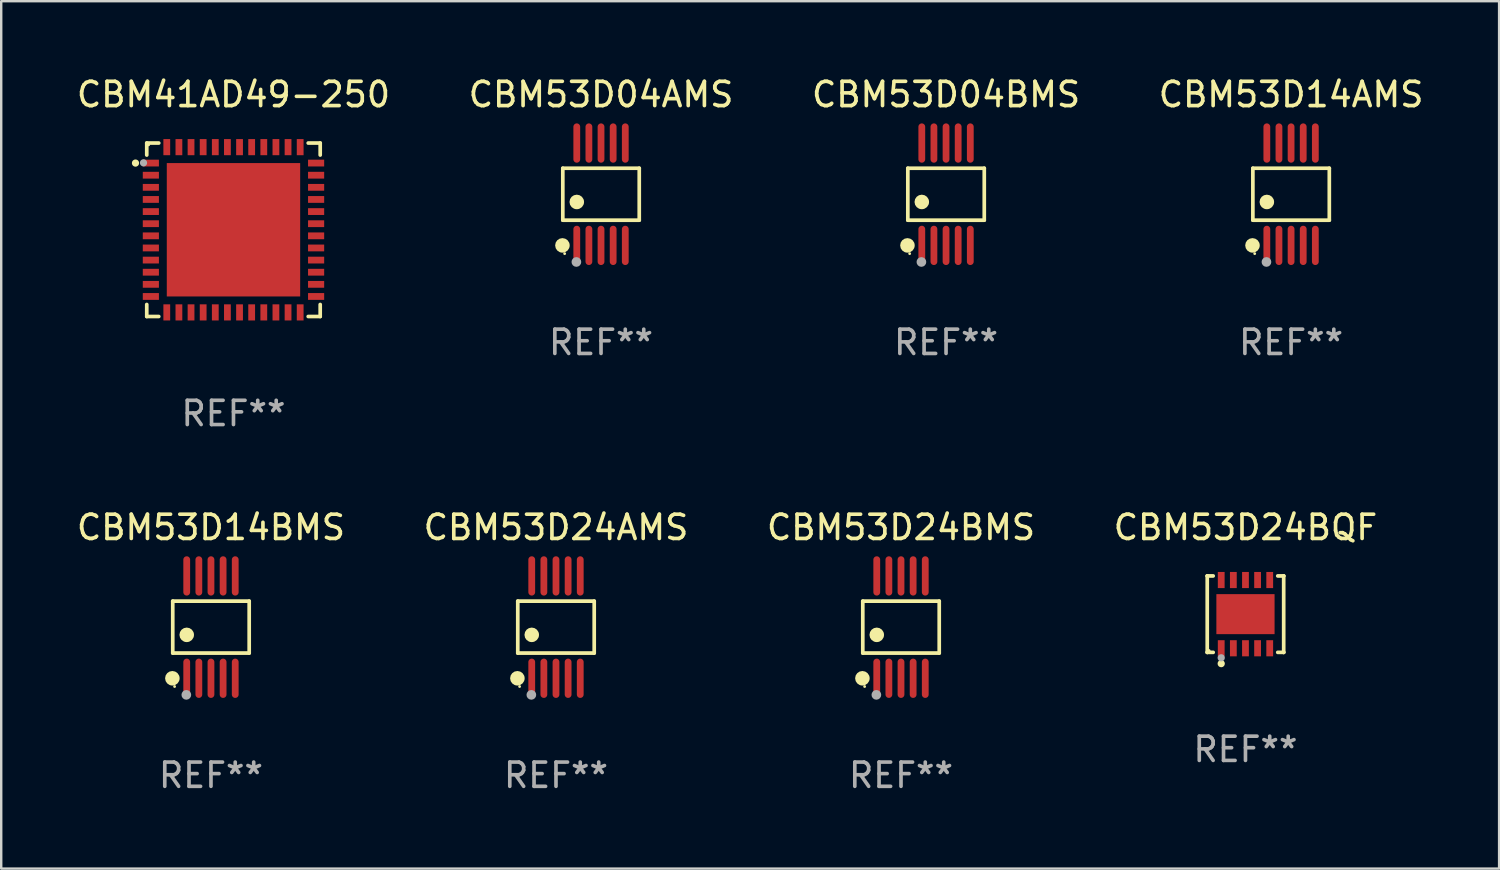
<source format=kicad_pcb>
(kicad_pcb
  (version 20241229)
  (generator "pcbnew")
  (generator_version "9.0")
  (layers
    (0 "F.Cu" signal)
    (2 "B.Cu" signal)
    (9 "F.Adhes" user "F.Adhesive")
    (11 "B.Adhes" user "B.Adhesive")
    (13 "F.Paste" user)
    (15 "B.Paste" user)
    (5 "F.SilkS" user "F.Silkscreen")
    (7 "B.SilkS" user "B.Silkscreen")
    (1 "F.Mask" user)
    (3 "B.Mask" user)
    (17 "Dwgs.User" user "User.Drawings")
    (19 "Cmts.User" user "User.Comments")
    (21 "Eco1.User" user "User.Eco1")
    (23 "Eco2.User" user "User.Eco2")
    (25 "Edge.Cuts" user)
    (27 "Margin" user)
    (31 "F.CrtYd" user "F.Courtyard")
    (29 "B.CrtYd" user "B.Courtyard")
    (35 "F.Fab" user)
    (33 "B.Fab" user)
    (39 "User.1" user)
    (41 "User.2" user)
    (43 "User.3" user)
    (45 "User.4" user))
  (footprint "CBM53D24BMS"
    (layer "F.Cu")
    (at 34.101 22.807)
    (property "Reference" "CBM53D24BMS" (at 0 -4.11 0) (layer "F.SilkS") (effects (font (size 1 1) (thickness 0.15))))
    (attr through_hole)
    (fp_line (start -1.576 -1.071) (end 1.576 -1.071) (stroke (width 0.152) (type solid)) (layer "F.SilkS"))
    (fp_line (start -1.576 1.071) (end -1.576 -1.071) (stroke (width 0.152) (type solid)) (layer "F.SilkS"))
    (fp_line (start 1.576 -1.071) (end 1.576 1.071) (stroke (width 0.152) (type solid)) (layer "F.SilkS"))
    (fp_line (start 1.576 1.071) (end -1.576 1.071) (stroke (width 0.152) (type solid)) (layer "F.SilkS"))
    (fp_circle (center -1.592 2.11) (end -1.442 2.11) (stroke (width 0.3) (type solid)) (fill no) (layer "F.SilkS"))
    (fp_circle (center -1.5 2.45) (end -1.47 2.45) (stroke (width 0.06) (type solid)) (fill no) (layer "F.SilkS"))
    (fp_circle (center -1 0.319) (end -0.85 0.319) (stroke (width 0.3) (type solid)) (fill no) (layer "F.SilkS"))
    (fp_circle (center -1.016 2.794) (end -0.916 2.794) (stroke (width 0.2) (type solid)) (fill no) (layer "F.Fab"))
    (fp_text user "REF**" (at 0 6.11 0) (layer "F.Fab") (effects (font (size 1 1) (thickness 0.15))))
    (pad "1" smd oval (at -1 2.11) (size 0.28 1.62) (layers "F.Cu" "F.Mask" "F.Paste"))
    (pad "2" smd oval (at -0.5 2.11) (size 0.28 1.62) (layers "F.Cu" "F.Mask" "F.Paste"))
    (pad "3" smd oval (at 0 2.11) (size 0.28 1.62) (layers "F.Cu" "F.Mask" "F.Paste"))
    (pad "4" smd oval (at 0.5 2.11) (size 0.28 1.62) (layers "F.Cu" "F.Mask" "F.Paste"))
    (pad "5" smd oval (at 1 2.11) (size 0.28 1.62) (layers "F.Cu" "F.Mask" "F.Paste"))
    (pad "6" smd oval (at 1 -2.11) (size 0.28 1.62) (layers "F.Cu" "F.Mask" "F.Paste"))
    (pad "7" smd oval (at 0.5 -2.11) (size 0.28 1.62) (layers "F.Cu" "F.Mask" "F.Paste"))
    (pad "8" smd oval (at 0 -2.11) (size 0.28 1.62) (layers "F.Cu" "F.Mask" "F.Paste"))
    (pad "9" smd oval (at -0.5 -2.11) (size 0.28 1.62) (layers "F.Cu" "F.Mask" "F.Paste"))
    (pad "10" smd oval (at -1 -2.11) (size 0.28 1.62) (layers "F.Cu" "F.Mask" "F.Paste")))
  (footprint "CBM53D14BMS"
    (layer "F.Cu")
    (at 5.649 22.807)
    (property "Reference" "CBM53D14BMS" (at 0 -4.11 0) (layer "F.SilkS") (effects (font (size 1 1) (thickness 0.15))))
    (attr through_hole)
    (fp_line (start -1.576 -1.071) (end 1.576 -1.071) (stroke (width 0.152) (type solid)) (layer "F.SilkS"))
    (fp_line (start -1.576 1.071) (end -1.576 -1.071) (stroke (width 0.152) (type solid)) (layer "F.SilkS"))
    (fp_line (start 1.576 -1.071) (end 1.576 1.071) (stroke (width 0.152) (type solid)) (layer "F.SilkS"))
    (fp_line (start 1.576 1.071) (end -1.576 1.071) (stroke (width 0.152) (type solid)) (layer "F.SilkS"))
    (fp_circle (center -1.592 2.11) (end -1.442 2.11) (stroke (width 0.3) (type solid)) (fill no) (layer "F.SilkS"))
    (fp_circle (center -1.5 2.45) (end -1.47 2.45) (stroke (width 0.06) (type solid)) (fill no) (layer "F.SilkS"))
    (fp_circle (center -1 0.319) (end -0.85 0.319) (stroke (width 0.3) (type solid)) (fill no) (layer "F.SilkS"))
    (fp_circle (center -1.016 2.794) (end -0.916 2.794) (stroke (width 0.2) (type solid)) (fill no) (layer "F.Fab"))
    (fp_text user "REF**" (at 0 6.11 0) (layer "F.Fab") (effects (font (size 1 1) (thickness 0.15))))
    (pad "1" smd oval (at -1 2.11) (size 0.28 1.62) (layers "F.Cu" "F.Mask" "F.Paste"))
    (pad "2" smd oval (at -0.5 2.11) (size 0.28 1.62) (layers "F.Cu" "F.Mask" "F.Paste"))
    (pad "3" smd oval (at 0 2.11) (size 0.28 1.62) (layers "F.Cu" "F.Mask" "F.Paste"))
    (pad "4" smd oval (at 0.5 2.11) (size 0.28 1.62) (layers "F.Cu" "F.Mask" "F.Paste"))
    (pad "5" smd oval (at 1 2.11) (size 0.28 1.62) (layers "F.Cu" "F.Mask" "F.Paste"))
    (pad "6" smd oval (at 1 -2.11) (size 0.28 1.62) (layers "F.Cu" "F.Mask" "F.Paste"))
    (pad "7" smd oval (at 0.5 -2.11) (size 0.28 1.62) (layers "F.Cu" "F.Mask" "F.Paste"))
    (pad "8" smd oval (at 0 -2.11) (size 0.28 1.62) (layers "F.Cu" "F.Mask" "F.Paste"))
    (pad "9" smd oval (at -0.5 -2.11) (size 0.28 1.62) (layers "F.Cu" "F.Mask" "F.Paste"))
    (pad "10" smd oval (at -1 -2.11) (size 0.28 1.62) (layers "F.Cu" "F.Mask" "F.Paste")))
  (footprint "CBM41AD49-250"
    (layer "F.Cu")
    (at 6.577 6.424)
    (property "Reference" "CBM41AD49-250" (at 0 -5.576 0) (layer "F.SilkS") (effects (font (size 1 1) (thickness 0.15))))
    (attr through_hole)
    (fp_line (start -3.576 -3.576) (end -3.576 -3.081) (stroke (width 0.152) (type solid)) (layer "F.SilkS"))
    (fp_line (start -3.576 3.576) (end -3.576 3.081) (stroke (width 0.152) (type solid)) (layer "F.SilkS"))
    (fp_line (start -3.081 -3.576) (end -3.576 -3.576) (stroke (width 0.152) (type solid)) (layer "F.SilkS"))
    (fp_line (start -3.081 3.576) (end -3.576 3.576) (stroke (width 0.152) (type solid)) (layer "F.SilkS"))
    (fp_line (start 3.081 -3.576) (end 3.576 -3.576) (stroke (width 0.152) (type solid)) (layer "F.SilkS"))
    (fp_line (start 3.081 3.576) (end 3.576 3.576) (stroke (width 0.152) (type solid)) (layer "F.SilkS"))
    (fp_line (start 3.576 -3.576) (end 3.576 -3.081) (stroke (width 0.152) (type solid)) (layer "F.SilkS"))
    (fp_line (start 3.576 3.576) (end 3.576 3.081) (stroke (width 0.152) (type solid)) (layer "F.SilkS"))
    (fp_circle (center -4.04 -2.75) (end -3.965 -2.75) (stroke (width 0.15) (type solid)) (fill no) (layer "F.SilkS"))
    (fp_circle (center -3.5 -3.5) (end -3.47 -3.5) (stroke (width 0.06) (type solid)) (fill no) (layer "F.SilkS"))
    (fp_circle (center -3.71 -2.76) (end -3.635 -2.76) (stroke (width 0.15) (type solid)) (fill no) (layer "F.Fab"))
    (fp_text user "REF**" (at 0 7.576 0) (layer "F.Fab") (effects (font (size 1 1) (thickness 0.15))))
    (pad "1" smd rect (at -3.407 -2.75) (size 0.665 0.28) (layers "F.Cu" "F.Mask" "F.Paste"))
    (pad "2" smd rect (at -3.407 -2.25) (size 0.665 0.28) (layers "F.Cu" "F.Mask" "F.Paste"))
    (pad "3" smd rect (at -3.407 -1.75) (size 0.665 0.28) (layers "F.Cu" "F.Mask" "F.Paste"))
    (pad "4" smd rect (at -3.407 -1.25) (size 0.665 0.28) (layers "F.Cu" "F.Mask" "F.Paste"))
    (pad "5" smd rect (at -3.407 -0.75) (size 0.665 0.28) (layers "F.Cu" "F.Mask" "F.Paste"))
    (pad "6" smd rect (at -3.407 -0.25) (size 0.665 0.28) (layers "F.Cu" "F.Mask" "F.Paste"))
    (pad "7" smd rect (at -3.407 0.25) (size 0.665 0.28) (layers "F.Cu" "F.Mask" "F.Paste"))
    (pad "8" smd rect (at -3.407 0.75) (size 0.665 0.28) (layers "F.Cu" "F.Mask" "F.Paste"))
    (pad "9" smd rect (at -3.407 1.25) (size 0.665 0.28) (layers "F.Cu" "F.Mask" "F.Paste"))
    (pad "10" smd rect (at -3.407 1.75) (size 0.665 0.28) (layers "F.Cu" "F.Mask" "F.Paste"))
    (pad "11" smd rect (at -3.407 2.25) (size 0.665 0.28) (layers "F.Cu" "F.Mask" "F.Paste"))
    (pad "12" smd rect (at -3.407 2.75) (size 0.665 0.28) (layers "F.Cu" "F.Mask" "F.Paste"))
    (pad "13" smd rect (at -2.75 3.407) (size 0.28 0.665) (layers "F.Cu" "F.Mask" "F.Paste"))
    (pad "14" smd rect (at -2.25 3.407) (size 0.28 0.665) (layers "F.Cu" "F.Mask" "F.Paste"))
    (pad "15" smd rect (at -1.75 3.407) (size 0.28 0.665) (layers "F.Cu" "F.Mask" "F.Paste"))
    (pad "16" smd rect (at -1.25 3.407) (size 0.28 0.665) (layers "F.Cu" "F.Mask" "F.Paste"))
    (pad "17" smd rect (at -0.75 3.407) (size 0.28 0.665) (layers "F.Cu" "F.Mask" "F.Paste"))
    (pad "18" smd rect (at -0.25 3.407) (size 0.28 0.665) (layers "F.Cu" "F.Mask" "F.Paste"))
    (pad "19" smd rect (at 0.25 3.407) (size 0.28 0.665) (layers "F.Cu" "F.Mask" "F.Paste"))
    (pad "20" smd rect (at 0.75 3.407) (size 0.28 0.665) (layers "F.Cu" "F.Mask" "F.Paste"))
    (pad "21" smd rect (at 1.25 3.407) (size 0.28 0.665) (layers "F.Cu" "F.Mask" "F.Paste"))
    (pad "22" smd rect (at 1.75 3.407) (size 0.28 0.665) (layers "F.Cu" "F.Mask" "F.Paste"))
    (pad "23" smd rect (at 2.25 3.407) (size 0.28 0.665) (layers "F.Cu" "F.Mask" "F.Paste"))
    (pad "24" smd rect (at 2.75 3.407) (size 0.28 0.665) (layers "F.Cu" "F.Mask" "F.Paste"))
    (pad "25" smd rect (at 3.407 2.75) (size 0.665 0.28) (layers "F.Cu" "F.Mask" "F.Paste"))
    (pad "26" smd rect (at 3.407 2.25) (size 0.665 0.28) (layers "F.Cu" "F.Mask" "F.Paste"))
    (pad "27" smd rect (at 3.407 1.75) (size 0.665 0.28) (layers "F.Cu" "F.Mask" "F.Paste"))
    (pad "28" smd rect (at 3.407 1.25) (size 0.665 0.28) (layers "F.Cu" "F.Mask" "F.Paste"))
    (pad "29" smd rect (at 3.407 0.75) (size 0.665 0.28) (layers "F.Cu" "F.Mask" "F.Paste"))
    (pad "30" smd rect (at 3.407 0.25) (size 0.665 0.28) (layers "F.Cu" "F.Mask" "F.Paste"))
    (pad "31" smd rect (at 3.407 -0.25) (size 0.665 0.28) (layers "F.Cu" "F.Mask" "F.Paste"))
    (pad "32" smd rect (at 3.407 -0.75) (size 0.665 0.28) (layers "F.Cu" "F.Mask" "F.Paste"))
    (pad "33" smd rect (at 3.407 -1.25) (size 0.665 0.28) (layers "F.Cu" "F.Mask" "F.Paste"))
    (pad "34" smd rect (at 3.407 -1.75) (size 0.665 0.28) (layers "F.Cu" "F.Mask" "F.Paste"))
    (pad "35" smd rect (at 3.407 -2.25) (size 0.665 0.28) (layers "F.Cu" "F.Mask" "F.Paste"))
    (pad "36" smd rect (at 3.407 -2.75) (size 0.665 0.28) (layers "F.Cu" "F.Mask" "F.Paste"))
    (pad "37" smd rect (at 2.75 -3.407) (size 0.28 0.665) (layers "F.Cu" "F.Mask" "F.Paste"))
    (pad "38" smd rect (at 2.25 -3.407) (size 0.28 0.665) (layers "F.Cu" "F.Mask" "F.Paste"))
    (pad "39" smd rect (at 1.75 -3.407) (size 0.28 0.665) (layers "F.Cu" "F.Mask" "F.Paste"))
    (pad "40" smd rect (at 1.25 -3.407) (size 0.28 0.665) (layers "F.Cu" "F.Mask" "F.Paste"))
    (pad "41" smd rect (at 0.75 -3.407) (size 0.28 0.665) (layers "F.Cu" "F.Mask" "F.Paste"))
    (pad "42" smd rect (at 0.25 -3.407) (size 0.28 0.665) (layers "F.Cu" "F.Mask" "F.Paste"))
    (pad "43" smd rect (at -0.25 -3.407) (size 0.28 0.665) (layers "F.Cu" "F.Mask" "F.Paste"))
    (pad "44" smd rect (at -0.75 -3.407) (size 0.28 0.665) (layers "F.Cu" "F.Mask" "F.Paste"))
    (pad "45" smd rect (at -1.25 -3.407) (size 0.28 0.665) (layers "F.Cu" "F.Mask" "F.Paste"))
    (pad "46" smd rect (at -1.75 -3.407) (size 0.28 0.665) (layers "F.Cu" "F.Mask" "F.Paste"))
    (pad "47" smd rect (at -2.25 -3.407) (size 0.28 0.665) (layers "F.Cu" "F.Mask" "F.Paste"))
    (pad "48" smd rect (at -2.75 -3.407) (size 0.28 0.665) (layers "F.Cu" "F.Mask" "F.Paste"))
    (pad "49" smd rect (at 0 0) (size 5.5 5.5) (layers "F.Cu" "F.Mask" "F.Paste")))
  (footprint "CBM53D14AMS"
    (layer "F.Cu")
    (at 50.185 4.958)
    (property "Reference" "CBM53D14AMS" (at 0 -4.11 0) (layer "F.SilkS") (effects (font (size 1 1) (thickness 0.15))))
    (attr through_hole)
    (fp_line (start -1.576 -1.071) (end 1.576 -1.071) (stroke (width 0.152) (type solid)) (layer "F.SilkS"))
    (fp_line (start -1.576 1.071) (end -1.576 -1.071) (stroke (width 0.152) (type solid)) (layer "F.SilkS"))
    (fp_line (start 1.576 -1.071) (end 1.576 1.071) (stroke (width 0.152) (type solid)) (layer "F.SilkS"))
    (fp_line (start 1.576 1.071) (end -1.576 1.071) (stroke (width 0.152) (type solid)) (layer "F.SilkS"))
    (fp_circle (center -1.592 2.11) (end -1.442 2.11) (stroke (width 0.3) (type solid)) (fill no) (layer "F.SilkS"))
    (fp_circle (center -1.5 2.45) (end -1.47 2.45) (stroke (width 0.06) (type solid)) (fill no) (layer "F.SilkS"))
    (fp_circle (center -1 0.319) (end -0.85 0.319) (stroke (width 0.3) (type solid)) (fill no) (layer "F.SilkS"))
    (fp_circle (center -1.016 2.794) (end -0.916 2.794) (stroke (width 0.2) (type solid)) (fill no) (layer "F.Fab"))
    (fp_text user "REF**" (at 0 6.11 0) (layer "F.Fab") (effects (font (size 1 1) (thickness 0.15))))
    (pad "1" smd oval (at -1 2.11) (size 0.28 1.62) (layers "F.Cu" "F.Mask" "F.Paste"))
    (pad "2" smd oval (at -0.5 2.11) (size 0.28 1.62) (layers "F.Cu" "F.Mask" "F.Paste"))
    (pad "3" smd oval (at 0 2.11) (size 0.28 1.62) (layers "F.Cu" "F.Mask" "F.Paste"))
    (pad "4" smd oval (at 0.5 2.11) (size 0.28 1.62) (layers "F.Cu" "F.Mask" "F.Paste"))
    (pad "5" smd oval (at 1 2.11) (size 0.28 1.62) (layers "F.Cu" "F.Mask" "F.Paste"))
    (pad "6" smd oval (at 1 -2.11) (size 0.28 1.62) (layers "F.Cu" "F.Mask" "F.Paste"))
    (pad "7" smd oval (at 0.5 -2.11) (size 0.28 1.62) (layers "F.Cu" "F.Mask" "F.Paste"))
    (pad "8" smd oval (at 0 -2.11) (size 0.28 1.62) (layers "F.Cu" "F.Mask" "F.Paste"))
    (pad "9" smd oval (at -0.5 -2.11) (size 0.28 1.62) (layers "F.Cu" "F.Mask" "F.Paste"))
    (pad "10" smd oval (at -1 -2.11) (size 0.28 1.62) (layers "F.Cu" "F.Mask" "F.Paste")))
  (footprint "CBM53D04BMS"
    (layer "F.Cu")
    (at 35.958 4.958)
    (property "Reference" "CBM53D04BMS" (at 0 -4.11 0) (layer "F.SilkS") (effects (font (size 1 1) (thickness 0.15))))
    (attr through_hole)
    (fp_line (start -1.576 -1.071) (end 1.576 -1.071) (stroke (width 0.152) (type solid)) (layer "F.SilkS"))
    (fp_line (start -1.576 1.071) (end -1.576 -1.071) (stroke (width 0.152) (type solid)) (layer "F.SilkS"))
    (fp_line (start 1.576 -1.071) (end 1.576 1.071) (stroke (width 0.152) (type solid)) (layer "F.SilkS"))
    (fp_line (start 1.576 1.071) (end -1.576 1.071) (stroke (width 0.152) (type solid)) (layer "F.SilkS"))
    (fp_circle (center -1.592 2.11) (end -1.442 2.11) (stroke (width 0.3) (type solid)) (fill no) (layer "F.SilkS"))
    (fp_circle (center -1.5 2.45) (end -1.47 2.45) (stroke (width 0.06) (type solid)) (fill no) (layer "F.SilkS"))
    (fp_circle (center -1 0.319) (end -0.85 0.319) (stroke (width 0.3) (type solid)) (fill no) (layer "F.SilkS"))
    (fp_circle (center -1.016 2.794) (end -0.916 2.794) (stroke (width 0.2) (type solid)) (fill no) (layer "F.Fab"))
    (fp_text user "REF**" (at 0 6.11 0) (layer "F.Fab") (effects (font (size 1 1) (thickness 0.15))))
    (pad "1" smd oval (at -1 2.11) (size 0.28 1.62) (layers "F.Cu" "F.Mask" "F.Paste"))
    (pad "2" smd oval (at -0.5 2.11) (size 0.28 1.62) (layers "F.Cu" "F.Mask" "F.Paste"))
    (pad "3" smd oval (at 0 2.11) (size 0.28 1.62) (layers "F.Cu" "F.Mask" "F.Paste"))
    (pad "4" smd oval (at 0.5 2.11) (size 0.28 1.62) (layers "F.Cu" "F.Mask" "F.Paste"))
    (pad "5" smd oval (at 1 2.11) (size 0.28 1.62) (layers "F.Cu" "F.Mask" "F.Paste"))
    (pad "6" smd oval (at 1 -2.11) (size 0.28 1.62) (layers "F.Cu" "F.Mask" "F.Paste"))
    (pad "7" smd oval (at 0.5 -2.11) (size 0.28 1.62) (layers "F.Cu" "F.Mask" "F.Paste"))
    (pad "8" smd oval (at 0 -2.11) (size 0.28 1.62) (layers "F.Cu" "F.Mask" "F.Paste"))
    (pad "9" smd oval (at -0.5 -2.11) (size 0.28 1.62) (layers "F.Cu" "F.Mask" "F.Paste"))
    (pad "10" smd oval (at -1 -2.11) (size 0.28 1.62) (layers "F.Cu" "F.Mask" "F.Paste")))
  (footprint "CBM53D24AMS"
    (layer "F.Cu")
    (at 19.875 22.807)
    (property "Reference" "CBM53D24AMS" (at 0 -4.11 0) (layer "F.SilkS") (effects (font (size 1 1) (thickness 0.15))))
    (attr through_hole)
    (fp_line (start -1.576 -1.071) (end 1.576 -1.071) (stroke (width 0.152) (type solid)) (layer "F.SilkS"))
    (fp_line (start -1.576 1.071) (end -1.576 -1.071) (stroke (width 0.152) (type solid)) (layer "F.SilkS"))
    (fp_line (start 1.576 -1.071) (end 1.576 1.071) (stroke (width 0.152) (type solid)) (layer "F.SilkS"))
    (fp_line (start 1.576 1.071) (end -1.576 1.071) (stroke (width 0.152) (type solid)) (layer "F.SilkS"))
    (fp_circle (center -1.592 2.11) (end -1.442 2.11) (stroke (width 0.3) (type solid)) (fill no) (layer "F.SilkS"))
    (fp_circle (center -1.5 2.45) (end -1.47 2.45) (stroke (width 0.06) (type solid)) (fill no) (layer "F.SilkS"))
    (fp_circle (center -1 0.319) (end -0.85 0.319) (stroke (width 0.3) (type solid)) (fill no) (layer "F.SilkS"))
    (fp_circle (center -1.016 2.794) (end -0.916 2.794) (stroke (width 0.2) (type solid)) (fill no) (layer "F.Fab"))
    (fp_text user "REF**" (at 0 6.11 0) (layer "F.Fab") (effects (font (size 1 1) (thickness 0.15))))
    (pad "1" smd oval (at -1 2.11) (size 0.28 1.62) (layers "F.Cu" "F.Mask" "F.Paste"))
    (pad "2" smd oval (at -0.5 2.11) (size 0.28 1.62) (layers "F.Cu" "F.Mask" "F.Paste"))
    (pad "3" smd oval (at 0 2.11) (size 0.28 1.62) (layers "F.Cu" "F.Mask" "F.Paste"))
    (pad "4" smd oval (at 0.5 2.11) (size 0.28 1.62) (layers "F.Cu" "F.Mask" "F.Paste"))
    (pad "5" smd oval (at 1 2.11) (size 0.28 1.62) (layers "F.Cu" "F.Mask" "F.Paste"))
    (pad "6" smd oval (at 1 -2.11) (size 0.28 1.62) (layers "F.Cu" "F.Mask" "F.Paste"))
    (pad "7" smd oval (at 0.5 -2.11) (size 0.28 1.62) (layers "F.Cu" "F.Mask" "F.Paste"))
    (pad "8" smd oval (at 0 -2.11) (size 0.28 1.62) (layers "F.Cu" "F.Mask" "F.Paste"))
    (pad "9" smd oval (at -0.5 -2.11) (size 0.28 1.62) (layers "F.Cu" "F.Mask" "F.Paste"))
    (pad "10" smd oval (at -1 -2.11) (size 0.28 1.62) (layers "F.Cu" "F.Mask" "F.Paste")))
  (footprint "CBM53D24BQF"
    (layer "F.Cu")
    (at 48.304 22.273)
    (property "Reference" "CBM53D24BQF" (at 0 -3.576 0) (layer "F.SilkS") (effects (font (size 1 1) (thickness 0.15))))
    (attr through_hole)
    (fp_line (start -1.576 -1.576) (end -1.576 -1.576) (stroke (width 0.152) (type solid)) (layer "F.SilkS"))
    (fp_line (start -1.576 -1.576) (end -1.331 -1.576) (stroke (width 0.152) (type solid)) (layer "F.SilkS"))
    (fp_line (start -1.576 1.576) (end -1.576 -1.576) (stroke (width 0.152) (type solid)) (layer "F.SilkS"))
    (fp_line (start -1.576 1.576) (end -1.576 1.576) (stroke (width 0.152) (type solid)) (layer "F.SilkS"))
    (fp_line (start -1.331 1.576) (end -1.576 1.576) (stroke (width 0.152) (type solid)) (layer "F.SilkS"))
    (fp_line (start 1.331 1.576) (end 1.576 1.576) (stroke (width 0.152) (type solid)) (layer "F.SilkS"))
    (fp_line (start 1.576 -1.576) (end 1.331 -1.576) (stroke (width 0.152) (type solid)) (layer "F.SilkS"))
    (fp_line (start 1.576 -1.576) (end 1.576 -1.576) (stroke (width 0.152) (type solid)) (layer "F.SilkS"))
    (fp_line (start 1.576 1.576) (end 1.576 -1.576) (stroke (width 0.152) (type solid)) (layer "F.SilkS"))
    (fp_line (start 1.576 1.576) (end 1.576 1.576) (stroke (width 0.152) (type solid)) (layer "F.SilkS"))
    (fp_circle (center -1.5 1.5) (end -1.47 1.5) (stroke (width 0.06) (type solid)) (fill no) (layer "F.SilkS"))
    (fp_circle (center -1 2.04) (end -0.925 2.04) (stroke (width 0.15) (type solid)) (fill no) (layer "F.SilkS"))
    (fp_circle (center -1 1.8) (end -0.925 1.8) (stroke (width 0.15) (type solid)) (fill no) (layer "F.Fab"))
    (fp_text user "REF**" (at 0 5.576 0) (layer "F.Fab") (effects (font (size 1 1) (thickness 0.15))))
    (pad "1" smd rect (at -1 1.407) (size 0.28 0.665) (layers "F.Cu" "F.Mask" "F.Paste"))
    (pad "2" smd rect (at -0.5 1.407) (size 0.28 0.665) (layers "F.Cu" "F.Mask" "F.Paste"))
    (pad "3" smd rect (at 0 1.407) (size 0.28 0.665) (layers "F.Cu" "F.Mask" "F.Paste"))
    (pad "4" smd rect (at 0.5 1.407) (size 0.28 0.665) (layers "F.Cu" "F.Mask" "F.Paste"))
    (pad "5" smd rect (at 1 1.407) (size 0.28 0.665) (layers "F.Cu" "F.Mask" "F.Paste"))
    (pad "6" smd rect (at 1 -1.407) (size 0.28 0.665) (layers "F.Cu" "F.Mask" "F.Paste"))
    (pad "7" smd rect (at 0.5 -1.407) (size 0.28 0.665) (layers "F.Cu" "F.Mask" "F.Paste"))
    (pad "8" smd rect (at 0 -1.407) (size 0.28 0.665) (layers "F.Cu" "F.Mask" "F.Paste"))
    (pad "9" smd rect (at -0.5 -1.407) (size 0.28 0.665) (layers "F.Cu" "F.Mask" "F.Paste"))
    (pad "10" smd rect (at -1 -1.407) (size 0.28 0.665) (layers "F.Cu" "F.Mask" "F.Paste"))
    (pad "11" smd rect (at 0 0) (size 2.4 1.65) (layers "F.Cu" "F.Mask" "F.Paste")))
  (footprint "CBM53D04AMS"
    (layer "F.Cu")
    (at 21.732 4.958)
    (property "Reference" "CBM53D04AMS" (at 0 -4.11 0) (layer "F.SilkS") (effects (font (size 1 1) (thickness 0.15))))
    (attr through_hole)
    (fp_line (start -1.576 -1.071) (end 1.576 -1.071) (stroke (width 0.152) (type solid)) (layer "F.SilkS"))
    (fp_line (start -1.576 1.071) (end -1.576 -1.071) (stroke (width 0.152) (type solid)) (layer "F.SilkS"))
    (fp_line (start 1.576 -1.071) (end 1.576 1.071) (stroke (width 0.152) (type solid)) (layer "F.SilkS"))
    (fp_line (start 1.576 1.071) (end -1.576 1.071) (stroke (width 0.152) (type solid)) (layer "F.SilkS"))
    (fp_circle (center -1.592 2.11) (end -1.442 2.11) (stroke (width 0.3) (type solid)) (fill no) (layer "F.SilkS"))
    (fp_circle (center -1.5 2.45) (end -1.47 2.45) (stroke (width 0.06) (type solid)) (fill no) (layer "F.SilkS"))
    (fp_circle (center -1 0.319) (end -0.85 0.319) (stroke (width 0.3) (type solid)) (fill no) (layer "F.SilkS"))
    (fp_circle (center -1.016 2.794) (end -0.916 2.794) (stroke (width 0.2) (type solid)) (fill no) (layer "F.Fab"))
    (fp_text user "REF**" (at 0 6.11 0) (layer "F.Fab") (effects (font (size 1 1) (thickness 0.15))))
    (pad "1" smd oval (at -1 2.11) (size 0.28 1.62) (layers "F.Cu" "F.Mask" "F.Paste"))
    (pad "2" smd oval (at -0.5 2.11) (size 0.28 1.62) (layers "F.Cu" "F.Mask" "F.Paste"))
    (pad "3" smd oval (at 0 2.11) (size 0.28 1.62) (layers "F.Cu" "F.Mask" "F.Paste"))
    (pad "4" smd oval (at 0.5 2.11) (size 0.28 1.62) (layers "F.Cu" "F.Mask" "F.Paste"))
    (pad "5" smd oval (at 1 2.11) (size 0.28 1.62) (layers "F.Cu" "F.Mask" "F.Paste"))
    (pad "6" smd oval (at 1 -2.11) (size 0.28 1.62) (layers "F.Cu" "F.Mask" "F.Paste"))
    (pad "7" smd oval (at 0.5 -2.11) (size 0.28 1.62) (layers "F.Cu" "F.Mask" "F.Paste"))
    (pad "8" smd oval (at 0 -2.11) (size 0.28 1.62) (layers "F.Cu" "F.Mask" "F.Paste"))
    (pad "9" smd oval (at -0.5 -2.11) (size 0.28 1.62) (layers "F.Cu" "F.Mask" "F.Paste"))
    (pad "10" smd oval (at -1 -2.11) (size 0.28 1.62) (layers "F.Cu" "F.Mask" "F.Paste")))
  (gr_rect
    (start -3 -3)
    (end 58.762 32.765)
    (stroke (width 0.1) (type default))
    (fill no)
    (layer "Edge.Cuts")))
</source>
